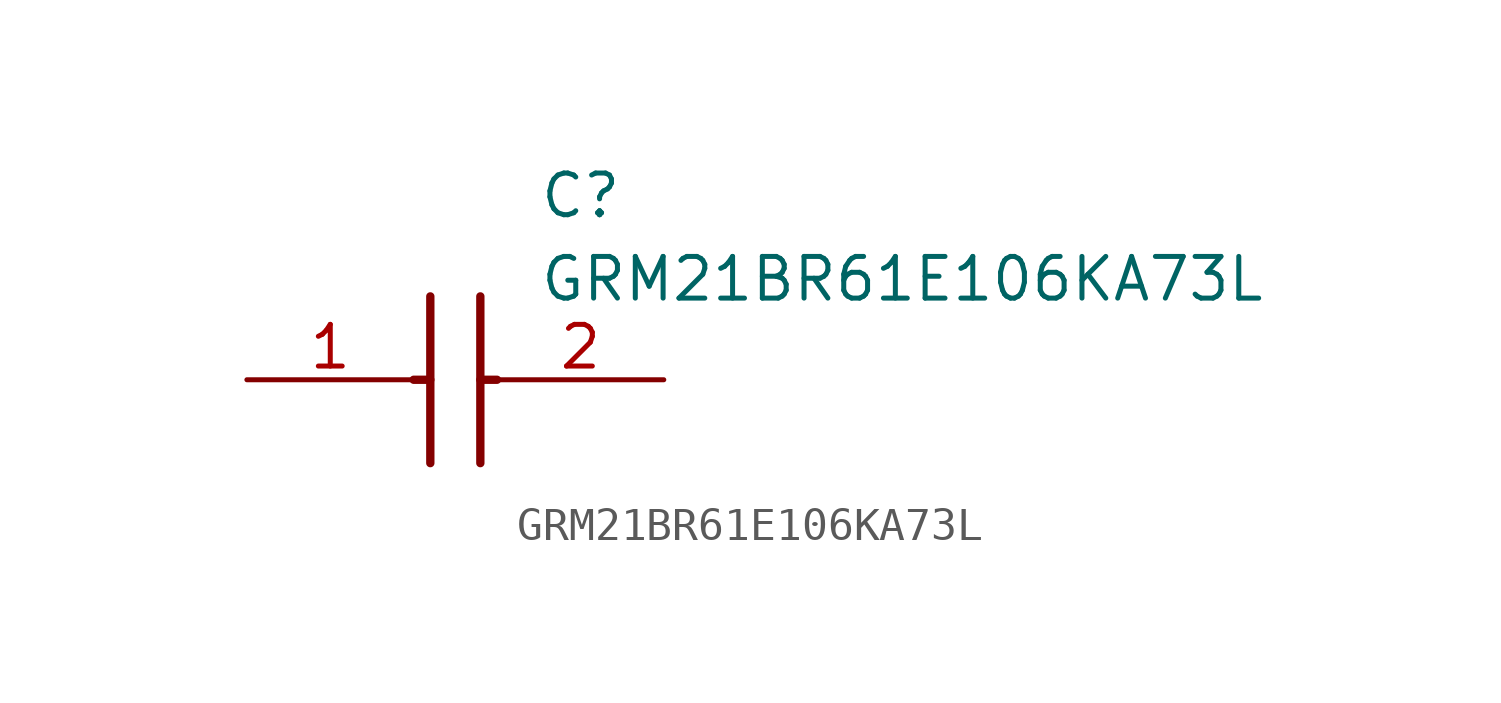
<source format=kicad_sym>
(kicad_symbol_lib
  (version 20211014)
  (generator SamacSys_ECAD_Model)
  (symbol "GRM21BR61E106KA73L"
    (pin_names hide)
    (property "Reference" "C"
      (at 8.89 6.35 0)
      (effects (font (size 1.27 1.27)) (justify left top)))
    (property "Value" "GRM21BR61E106KA73L"
      (at 8.89 3.81 0)
      (effects (font (size 1.27 1.27)) (justify left top)))
    (polyline
      (pts (xy 5.588 2.54) (xy 5.588 -2.54))
      (stroke (width 0.254) (type default))
      (fill (type none)))
    (polyline
      (pts (xy 7.112 2.54) (xy 7.112 -2.54))
      (stroke (width 0.254) (type default))
      (fill (type none)))
    (polyline
      (pts (xy 5.08 0) (xy 5.588 0))
      (stroke (width 0.254) (type default))
      (fill (type none)))
    (polyline
      (pts (xy 7.112 0) (xy 7.62 0))
      (stroke (width 0.254) (type default))
      (fill (type none)))
    (pin passive line
      (at 0 0 0)
      (length 5.08)
      (name "1" (effects (font (size 1.27 1.27))))
      (number "1" (effects (font (size 1.27 1.27)))))
    (pin passive line
      (at 12.7 0 180)
      (length 5.08)
      (name "2" (effects (font (size 1.27 1.27))))
      (number "2" (effects (font (size 1.27 1.27)))))))
</source>
